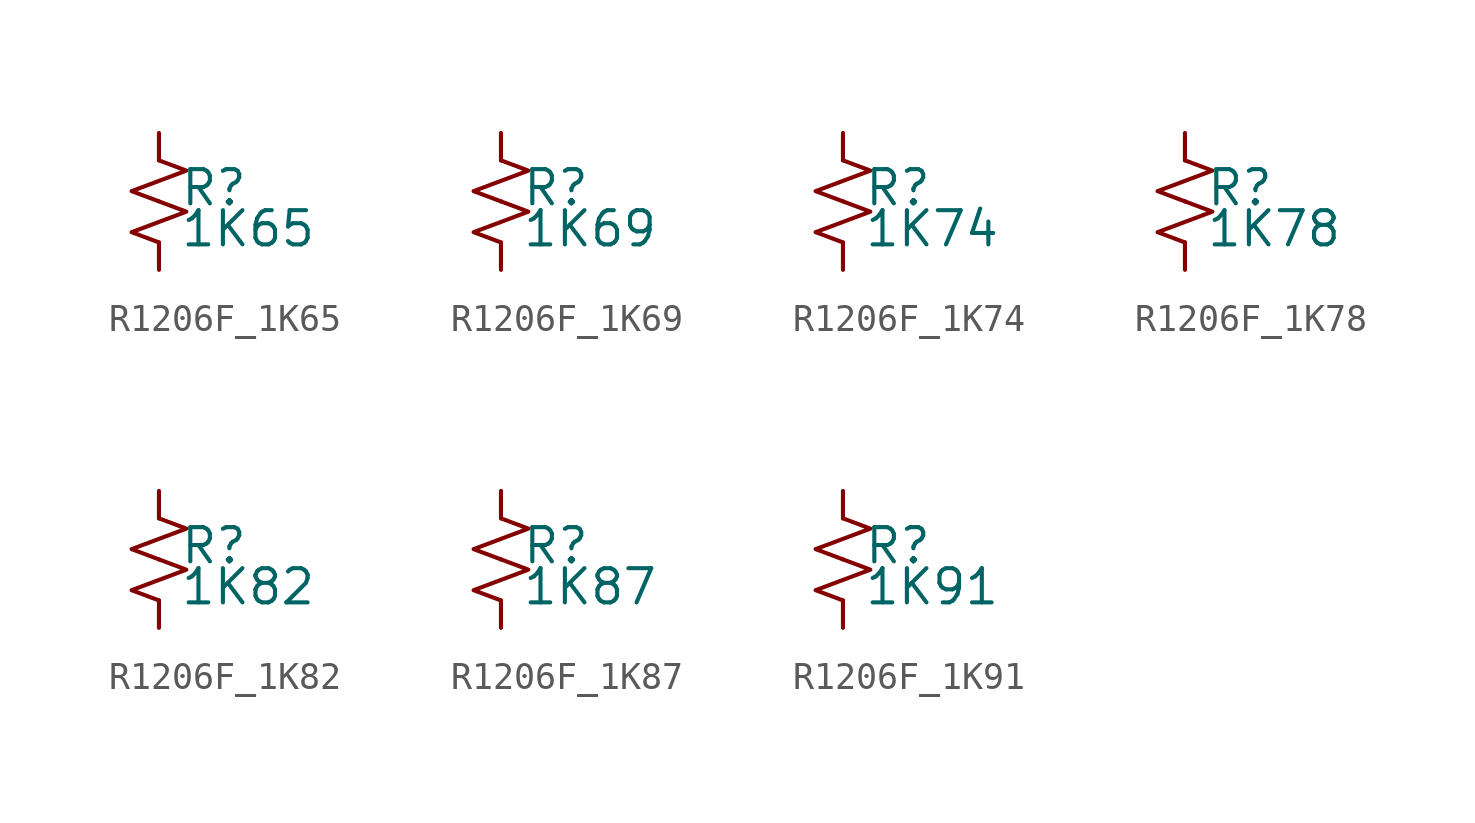
<source format=kicad_sym>
(kicad_symbol_lib
  (version 20220914)
  (generator kicad_symbol_editor)
  (symbol "R1206F_1K65"
    (pin_numbers hide)
    (pin_names
      (offset 0.254) hide)
    (property "Reference" "R"
      (at 0.762 0.508 0)
      (effects (font (size 1.27 1.27)) (justify left)))
    (property "Value" "1K65"
      (at 0.762 -1.016 0)
      (effects (font (size 1.27 1.27)) (justify left)))
    (symbol "R1206F_1K65_1_1"
      (polyline (pts (xy 0 0) (xy 1.016 -0.381) (xy 0 -0.762) (xy -1.016 -1.143) (xy 0 -1.524)) (stroke (width 0) (type default)) (fill (type none)))
      (polyline (pts (xy 0 1.524) (xy 1.016 1.143) (xy 0 0.762) (xy -1.016 0.381) (xy 0 0)) (stroke (width 0) (type default)) (fill (type none)))
      (pin passive line (at 0 2.54 270) (length 1.016) (name "~" (effects (font (size 1.27 1.27)))) (number "1" (effects (font (size 1.27 1.27)))))
      (pin passive line (at 0 -2.54 90) (length 1.016) (name "~" (effects (font (size 1.27 1.27)))) (number "2" (effects (font (size 1.27 1.27)))))))
  (symbol "R1206F_1K69"
    (pin_numbers hide)
    (pin_names
      (offset 0.254) hide)
    (property "Reference" "R"
      (at 0.762 0.508 0)
      (effects (font (size 1.27 1.27)) (justify left)))
    (property "Value" "1K69"
      (at 0.762 -1.016 0)
      (effects (font (size 1.27 1.27)) (justify left)))
    (symbol "R1206F_1K69_1_1"
      (polyline (pts (xy 0 0) (xy 1.016 -0.381) (xy 0 -0.762) (xy -1.016 -1.143) (xy 0 -1.524)) (stroke (width 0) (type default)) (fill (type none)))
      (polyline (pts (xy 0 1.524) (xy 1.016 1.143) (xy 0 0.762) (xy -1.016 0.381) (xy 0 0)) (stroke (width 0) (type default)) (fill (type none)))
      (pin passive line (at 0 2.54 270) (length 1.016) (name "~" (effects (font (size 1.27 1.27)))) (number "1" (effects (font (size 1.27 1.27)))))
      (pin passive line (at 0 -2.54 90) (length 1.016) (name "~" (effects (font (size 1.27 1.27)))) (number "2" (effects (font (size 1.27 1.27)))))))
  (symbol "R1206F_1K74"
    (pin_numbers hide)
    (pin_names
      (offset 0.254) hide)
    (property "Reference" "R"
      (at 0.762 0.508 0)
      (effects (font (size 1.27 1.27)) (justify left)))
    (property "Value" "1K74"
      (at 0.762 -1.016 0)
      (effects (font (size 1.27 1.27)) (justify left)))
    (symbol "R1206F_1K74_1_1"
      (polyline (pts (xy 0 0) (xy 1.016 -0.381) (xy 0 -0.762) (xy -1.016 -1.143) (xy 0 -1.524)) (stroke (width 0) (type default)) (fill (type none)))
      (polyline (pts (xy 0 1.524) (xy 1.016 1.143) (xy 0 0.762) (xy -1.016 0.381) (xy 0 0)) (stroke (width 0) (type default)) (fill (type none)))
      (pin passive line (at 0 2.54 270) (length 1.016) (name "~" (effects (font (size 1.27 1.27)))) (number "1" (effects (font (size 1.27 1.27)))))
      (pin passive line (at 0 -2.54 90) (length 1.016) (name "~" (effects (font (size 1.27 1.27)))) (number "2" (effects (font (size 1.27 1.27)))))))
  (symbol "R1206F_1K78"
    (pin_numbers hide)
    (pin_names
      (offset 0.254) hide)
    (property "Reference" "R"
      (at 0.762 0.508 0)
      (effects (font (size 1.27 1.27)) (justify left)))
    (property "Value" "1K78"
      (at 0.762 -1.016 0)
      (effects (font (size 1.27 1.27)) (justify left)))
    (symbol "R1206F_1K78_1_1"
      (polyline (pts (xy 0 0) (xy 1.016 -0.381) (xy 0 -0.762) (xy -1.016 -1.143) (xy 0 -1.524)) (stroke (width 0) (type default)) (fill (type none)))
      (polyline (pts (xy 0 1.524) (xy 1.016 1.143) (xy 0 0.762) (xy -1.016 0.381) (xy 0 0)) (stroke (width 0) (type default)) (fill (type none)))
      (pin passive line (at 0 2.54 270) (length 1.016) (name "~" (effects (font (size 1.27 1.27)))) (number "1" (effects (font (size 1.27 1.27)))))
      (pin passive line (at 0 -2.54 90) (length 1.016) (name "~" (effects (font (size 1.27 1.27)))) (number "2" (effects (font (size 1.27 1.27)))))))
  (symbol "R1206F_1K82"
    (pin_numbers hide)
    (pin_names
      (offset 0.254) hide)
    (property "Reference" "R"
      (at 0.762 0.508 0)
      (effects (font (size 1.27 1.27)) (justify left)))
    (property "Value" "1K82"
      (at 0.762 -1.016 0)
      (effects (font (size 1.27 1.27)) (justify left)))
    (symbol "R1206F_1K82_1_1"
      (polyline (pts (xy 0 0) (xy 1.016 -0.381) (xy 0 -0.762) (xy -1.016 -1.143) (xy 0 -1.524)) (stroke (width 0) (type default)) (fill (type none)))
      (polyline (pts (xy 0 1.524) (xy 1.016 1.143) (xy 0 0.762) (xy -1.016 0.381) (xy 0 0)) (stroke (width 0) (type default)) (fill (type none)))
      (pin passive line (at 0 2.54 270) (length 1.016) (name "~" (effects (font (size 1.27 1.27)))) (number "1" (effects (font (size 1.27 1.27)))))
      (pin passive line (at 0 -2.54 90) (length 1.016) (name "~" (effects (font (size 1.27 1.27)))) (number "2" (effects (font (size 1.27 1.27)))))))
  (symbol "R1206F_1K87"
    (pin_numbers hide)
    (pin_names
      (offset 0.254) hide)
    (property "Reference" "R"
      (at 0.762 0.508 0)
      (effects (font (size 1.27 1.27)) (justify left)))
    (property "Value" "1K87"
      (at 0.762 -1.016 0)
      (effects (font (size 1.27 1.27)) (justify left)))
    (symbol "R1206F_1K87_1_1"
      (polyline (pts (xy 0 0) (xy 1.016 -0.381) (xy 0 -0.762) (xy -1.016 -1.143) (xy 0 -1.524)) (stroke (width 0) (type default)) (fill (type none)))
      (polyline (pts (xy 0 1.524) (xy 1.016 1.143) (xy 0 0.762) (xy -1.016 0.381) (xy 0 0)) (stroke (width 0) (type default)) (fill (type none)))
      (pin passive line (at 0 2.54 270) (length 1.016) (name "~" (effects (font (size 1.27 1.27)))) (number "1" (effects (font (size 1.27 1.27)))))
      (pin passive line (at 0 -2.54 90) (length 1.016) (name "~" (effects (font (size 1.27 1.27)))) (number "2" (effects (font (size 1.27 1.27)))))))
  (symbol "R1206F_1K91"
    (pin_numbers hide)
    (pin_names
      (offset 0.254) hide)
    (property "Reference" "R"
      (at 0.762 0.508 0)
      (effects (font (size 1.27 1.27)) (justify left)))
    (property "Value" "1K91"
      (at 0.762 -1.016 0)
      (effects (font (size 1.27 1.27)) (justify left)))
    (symbol "R1206F_1K91_1_1"
      (polyline (pts (xy 0 0) (xy 1.016 -0.381) (xy 0 -0.762) (xy -1.016 -1.143) (xy 0 -1.524)) (stroke (width 0) (type default)) (fill (type none)))
      (polyline (pts (xy 0 1.524) (xy 1.016 1.143) (xy 0 0.762) (xy -1.016 0.381) (xy 0 0)) (stroke (width 0) (type default)) (fill (type none)))
      (pin passive line (at 0 2.54 270) (length 1.016) (name "~" (effects (font (size 1.27 1.27)))) (number "1" (effects (font (size 1.27 1.27)))))
      (pin passive line (at 0 -2.54 90) (length 1.016) (name "~" (effects (font (size 1.27 1.27)))) (number "2" (effects (font (size 1.27 1.27))))))))
</source>
